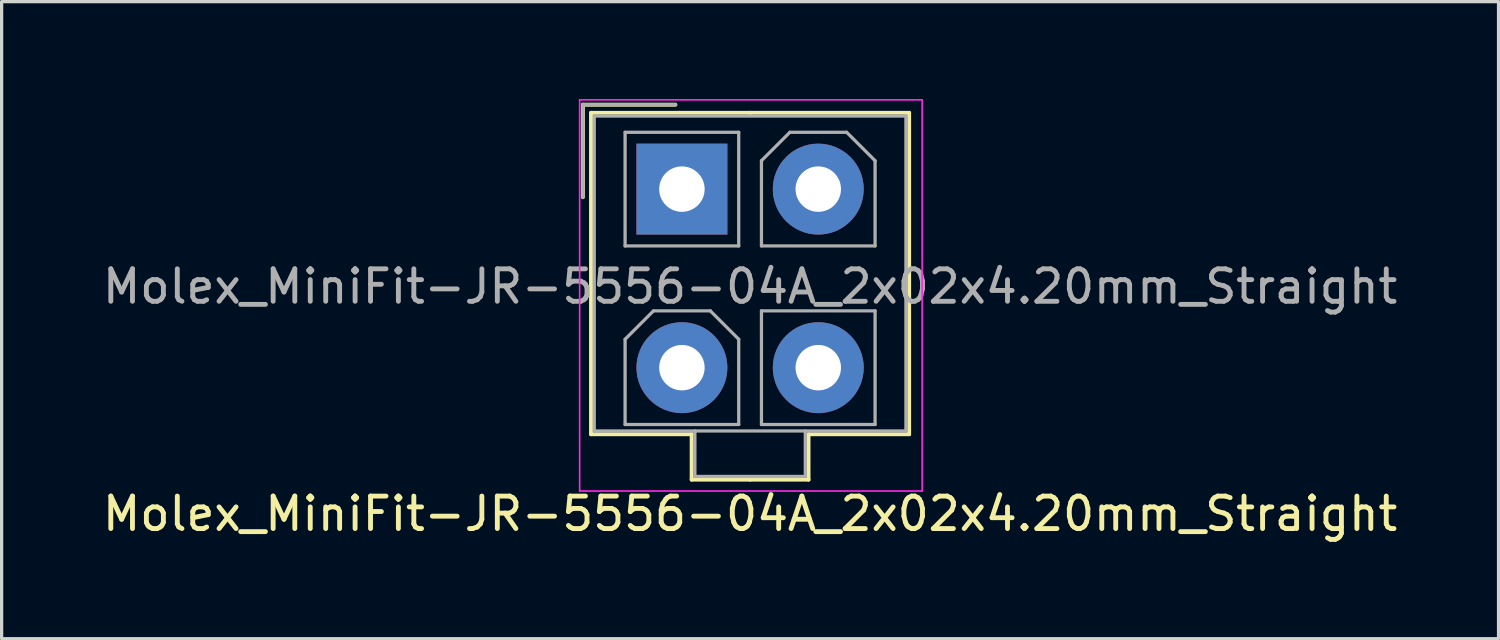
<source format=kicad_pcb>
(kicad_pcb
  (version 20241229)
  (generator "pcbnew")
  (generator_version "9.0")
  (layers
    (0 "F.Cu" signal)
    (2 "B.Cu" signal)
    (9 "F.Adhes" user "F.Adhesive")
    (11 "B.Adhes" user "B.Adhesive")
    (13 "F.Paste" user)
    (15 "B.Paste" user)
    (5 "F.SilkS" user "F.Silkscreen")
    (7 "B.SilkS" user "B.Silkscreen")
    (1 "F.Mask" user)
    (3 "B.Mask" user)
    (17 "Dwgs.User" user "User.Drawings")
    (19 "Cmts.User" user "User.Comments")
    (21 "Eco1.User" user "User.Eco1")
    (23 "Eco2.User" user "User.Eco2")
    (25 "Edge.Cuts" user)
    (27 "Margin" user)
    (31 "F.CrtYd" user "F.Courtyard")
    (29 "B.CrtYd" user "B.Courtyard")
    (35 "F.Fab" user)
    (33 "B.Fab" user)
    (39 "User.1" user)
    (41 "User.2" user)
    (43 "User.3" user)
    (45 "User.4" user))
  (footprint "Molex_MiniFit-JR-5556-04A_2x02x4.20mm_Straight"
    (layer "F.Cu")
    (at 17.954 2.775)
    (property "Reference" "Molex_MiniFit-JR-5556-04A_2x02x4.20mm_Straight" (at 2.1 10 0) (layer "F.SilkS") (effects (font (size 1 1) (thickness 0.15))))
    (attr through_hole)
    (fp_line (start -3.05 -2.6) (end -3.05 0.25) (stroke (width 0.12) (type solid)) (layer "F.SilkS"))
    (fp_line (start -2.8 -2.35) (end -2.8 7.55) (stroke (width 0.12) (type solid)) (layer "F.SilkS"))
    (fp_line (start -2.8 7.55) (end 0.3 7.55) (stroke (width 0.12) (type solid)) (layer "F.SilkS"))
    (fp_line (start -0.2 -2.6) (end -3.05 -2.6) (stroke (width 0.12) (type solid)) (layer "F.SilkS"))
    (fp_line (start 0.3 7.55) (end 0.3 8.95) (stroke (width 0.12) (type solid)) (layer "F.SilkS"))
    (fp_line (start 0.3 8.95) (end 2.1 8.95) (stroke (width 0.12) (type solid)) (layer "F.SilkS"))
    (fp_line (start 2.1 -2.35) (end -2.8 -2.35) (stroke (width 0.12) (type solid)) (layer "F.SilkS"))
    (fp_line (start 2.1 -2.35) (end 7 -2.35) (stroke (width 0.12) (type solid)) (layer "F.SilkS"))
    (fp_line (start 3.9 7.55) (end 3.9 8.95) (stroke (width 0.12) (type solid)) (layer "F.SilkS"))
    (fp_line (start 3.9 8.95) (end 2.1 8.95) (stroke (width 0.12) (type solid)) (layer "F.SilkS"))
    (fp_line (start 7 -2.35) (end 7 7.55) (stroke (width 0.12) (type solid)) (layer "F.SilkS"))
    (fp_line (start 7 7.55) (end 3.9 7.55) (stroke (width 0.12) (type solid)) (layer "F.SilkS"))
    (fp_line (start -3.15 -2.75) (end -3.15 9.3) (stroke (width 0.05) (type solid)) (layer "F.CrtYd"))
    (fp_line (start -3.15 9.3) (end 7.4 9.3) (stroke (width 0.05) (type solid)) (layer "F.CrtYd"))
    (fp_line (start 7.4 -2.75) (end -3.15 -2.75) (stroke (width 0.05) (type solid)) (layer "F.CrtYd"))
    (fp_line (start 7.4 9.3) (end 7.4 -2.75) (stroke (width 0.05) (type solid)) (layer "F.CrtYd"))
    (fp_line (start -3.05 -2.6) (end -3.05 0.25) (stroke (width 0.1) (type solid)) (layer "F.Fab"))
    (fp_line (start -2.7 -2.25) (end -2.7 7.45) (stroke (width 0.1) (type solid)) (layer "F.Fab"))
    (fp_line (start -2.7 7.45) (end 6.9 7.45) (stroke (width 0.1) (type solid)) (layer "F.Fab"))
    (fp_line (start -1.75 -1.75) (end -1.75 1.75) (stroke (width 0.1) (type solid)) (layer "F.Fab"))
    (fp_line (start -1.75 1.75) (end 1.75 1.75) (stroke (width 0.1) (type solid)) (layer "F.Fab"))
    (fp_line (start -1.75 4.625) (end -0.875 3.75) (stroke (width 0.1) (type solid)) (layer "F.Fab"))
    (fp_line (start -1.75 7.25) (end -1.75 4.625) (stroke (width 0.1) (type solid)) (layer "F.Fab"))
    (fp_line (start -0.875 3.75) (end 0.875 3.75) (stroke (width 0.1) (type solid)) (layer "F.Fab"))
    (fp_line (start -0.2 -2.6) (end -3.05 -2.6) (stroke (width 0.1) (type solid)) (layer "F.Fab"))
    (fp_line (start 0.4 7.45) (end 0.4 8.85) (stroke (width 0.1) (type solid)) (layer "F.Fab"))
    (fp_line (start 0.4 8.85) (end 3.8 8.85) (stroke (width 0.1) (type solid)) (layer "F.Fab"))
    (fp_line (start 0.875 3.75) (end 1.75 4.625) (stroke (width 0.1) (type solid)) (layer "F.Fab"))
    (fp_line (start 1.75 -1.75) (end -1.75 -1.75) (stroke (width 0.1) (type solid)) (layer "F.Fab"))
    (fp_line (start 1.75 1.75) (end 1.75 -1.75) (stroke (width 0.1) (type solid)) (layer "F.Fab"))
    (fp_line (start 1.75 4.625) (end 1.75 7.25) (stroke (width 0.1) (type solid)) (layer "F.Fab"))
    (fp_line (start 1.75 7.25) (end -1.75 7.25) (stroke (width 0.1) (type solid)) (layer "F.Fab"))
    (fp_line (start 2.45 -0.875) (end 3.325 -1.75) (stroke (width 0.1) (type solid)) (layer "F.Fab"))
    (fp_line (start 2.45 1.75) (end 2.45 -0.875) (stroke (width 0.1) (type solid)) (layer "F.Fab"))
    (fp_line (start 2.45 3.75) (end 2.45 7.25) (stroke (width 0.1) (type solid)) (layer "F.Fab"))
    (fp_line (start 2.45 7.25) (end 5.95 7.25) (stroke (width 0.1) (type solid)) (layer "F.Fab"))
    (fp_line (start 3.325 -1.75) (end 5.075 -1.75) (stroke (width 0.1) (type solid)) (layer "F.Fab"))
    (fp_line (start 3.8 8.85) (end 3.8 7.45) (stroke (width 0.1) (type solid)) (layer "F.Fab"))
    (fp_line (start 5.075 -1.75) (end 5.95 -0.875) (stroke (width 0.1) (type solid)) (layer "F.Fab"))
    (fp_line (start 5.95 -0.875) (end 5.95 1.75) (stroke (width 0.1) (type solid)) (layer "F.Fab"))
    (fp_line (start 5.95 1.75) (end 2.45 1.75) (stroke (width 0.1) (type solid)) (layer "F.Fab"))
    (fp_line (start 5.95 3.75) (end 2.45 3.75) (stroke (width 0.1) (type solid)) (layer "F.Fab"))
    (fp_line (start 5.95 7.25) (end 5.95 3.75) (stroke (width 0.1) (type solid)) (layer "F.Fab"))
    (fp_line (start 6.9 -2.25) (end -2.7 -2.25) (stroke (width 0.1) (type solid)) (layer "F.Fab"))
    (fp_line (start 6.9 7.45) (end 6.9 -2.25) (stroke (width 0.1) (type solid)) (layer "F.Fab"))
    (fp_text user "${REFERENCE}" (at 2.1 3 0) (layer "F.Fab") (effects (font (size 1 1) (thickness 0.15))))
    (pad "1" thru_hole rect (at 0 0) (size 2.8 2.8) (drill 1.4) (layers "*.Cu" "*.Mask"))
    (pad "2" thru_hole circle (at 4.2 0) (size 2.8 2.8) (drill 1.4) (layers "*.Cu" "*.Mask"))
    (pad "3" thru_hole circle (at 0 5.5) (size 2.8 2.8) (drill 1.4) (layers "*.Cu" "*.Mask"))
    (pad "4" thru_hole circle (at 4.2 5.5) (size 2.8 2.8) (drill 1.4) (layers "*.Cu" "*.Mask")))
  (gr_rect
    (start -3 -3)
    (end 43.107 16.623)
    (stroke (width 0.1) (type default))
    (fill no)
    (layer "Edge.Cuts")))
</source>
